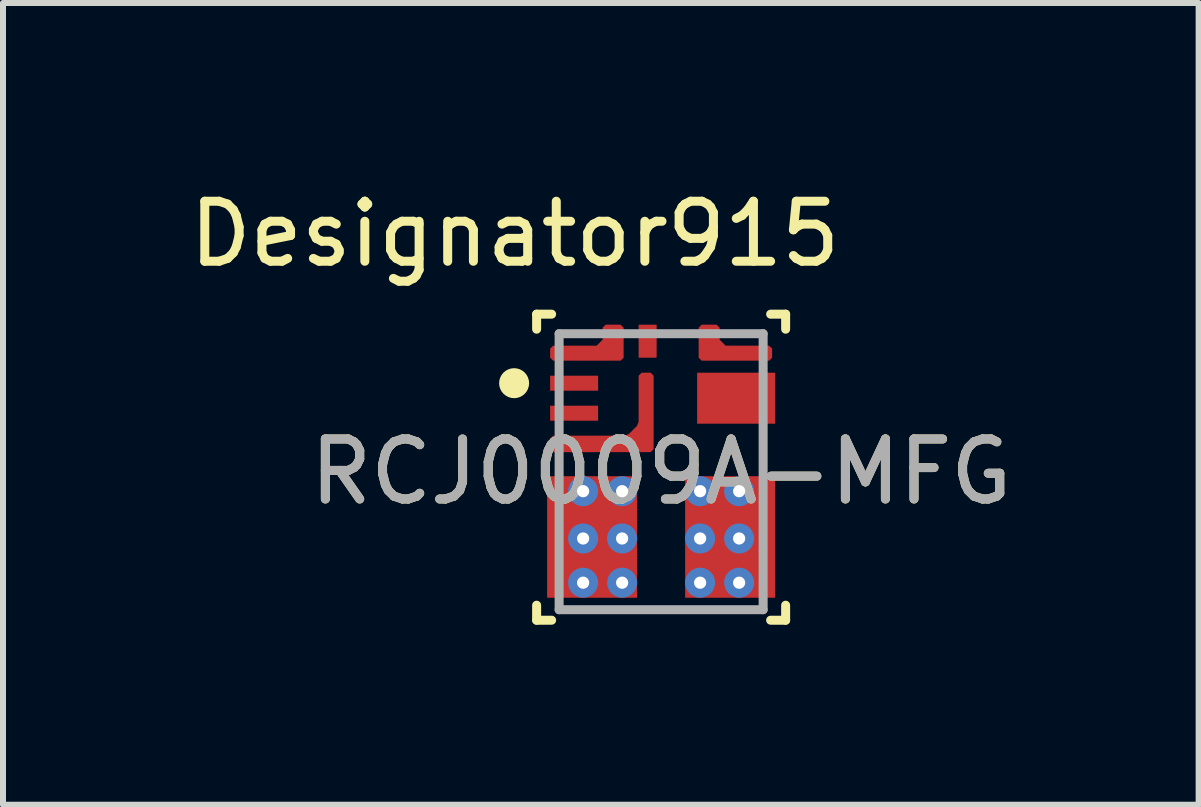
<source format=kicad_pcb>
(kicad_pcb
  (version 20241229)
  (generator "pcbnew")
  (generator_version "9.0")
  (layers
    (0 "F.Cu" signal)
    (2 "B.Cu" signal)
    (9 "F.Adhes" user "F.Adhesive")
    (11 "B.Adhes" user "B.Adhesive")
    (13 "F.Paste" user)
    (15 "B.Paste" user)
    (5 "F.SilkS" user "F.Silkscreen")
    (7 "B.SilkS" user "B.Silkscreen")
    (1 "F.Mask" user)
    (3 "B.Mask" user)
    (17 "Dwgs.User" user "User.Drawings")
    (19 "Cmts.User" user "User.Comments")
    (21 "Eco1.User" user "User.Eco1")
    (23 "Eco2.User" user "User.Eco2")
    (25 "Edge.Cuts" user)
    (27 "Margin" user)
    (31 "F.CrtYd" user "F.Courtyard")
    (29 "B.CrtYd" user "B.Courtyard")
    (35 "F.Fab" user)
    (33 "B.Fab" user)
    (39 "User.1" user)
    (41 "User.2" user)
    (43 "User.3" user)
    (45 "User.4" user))
  (footprint "RCJ0009A-MFG"
    (layer "F.Cu")
    (at 7.968 4.811)
    (property "Reference" "RCJ0009A-MFG" (at 0 0 0) (unlocked yes) (layer "F.SilkS") (effects (font (size 1 1) (thickness 0.15))))
    (attr through_hole)
    (fp_poly (pts (xy -1.8 -1.85) (xy -1.85 -1.9) (xy -1.85 -2.05) (xy -1.8 -2.1) (xy -1.075 -2.1) (xy -0.975 -2.2) (xy -0.975 -2.4) (xy -0.925 -2.45) (xy -0.675 -2.45) (xy -0.625 -2.4) (xy -0.625 -1.9) (xy -0.675 -1.85)) (stroke (width 0) (type solid)) (fill yes) (layer "F.Cu"))
    (fp_poly (pts (xy 1.8 -1.85) (xy 1.85 -1.9) (xy 1.85 -2.05) (xy 1.8 -2.1) (xy 1.075 -2.1) (xy 0.975 -2.2) (xy 0.975 -2.4) (xy 0.925 -2.45) (xy 0.675 -2.45) (xy 0.625 -2.4) (xy 0.625 -1.9) (xy 0.675 -1.85)) (stroke (width 0) (type solid)) (fill yes) (layer "F.Cu"))
    (fp_poly (pts (xy -1.8 -0.325) (xy -1.85 -0.375) (xy -1.85 -0.55) (xy -1.8 -0.6) (xy -0.606 -0.6) (xy -0.536 -0.63) (xy -0.404 -0.761) (xy -0.375 -0.832) (xy -0.375 -1.6) (xy -0.325 -1.65) (xy -0.175 -1.65) (xy -0.125 -1.6) (xy -0.125 -0.376) (xy -0.175 -0.326)) (stroke (width 0) (type solid)) (fill yes) (layer "F.Cu"))
    (fp_poly (pts (xy -1.9 -1.55) (xy -1.8 -1.65) (xy -1.1 -1.65) (xy -1 -1.55) (xy -1 -1.4) (xy -1.1 -1.3) (xy -1.8 -1.3) (xy -1.9 -1.4)) (stroke (width 0) (type solid)) (fill yes) (layer "F.Mask"))
    (fp_poly (pts (xy -1 -0.9) (xy -1.1 -0.8) (xy -1.8 -0.8) (xy -1.9 -0.9) (xy -1.9 -1.05) (xy -1.8 -1.15) (xy -1.1 -1.15) (xy -1 -1.05)) (stroke (width 0) (type solid)) (fill yes) (layer "F.Mask"))
    (fp_poly (pts (xy -0.325 -2.5) (xy -0.125 -2.5) (xy -0.025 -2.4) (xy -0.025 -1.95) (xy -0.125 -1.85) (xy -0.325 -1.85) (xy -0.425 -1.95) (xy -0.425 -2.4)) (stroke (width 0) (type solid)) (fill yes) (layer "F.Mask"))
    (fp_poly (pts (xy -1.8 -1.8) (xy -1.9 -1.9) (xy -1.9 -2.05) (xy -1.8 -2.15) (xy -1.075 -2.15) (xy -1.025 -2.2) (xy -1.025 -2.4) (xy -0.925 -2.5) (xy -0.675 -2.5) (xy -0.575 -2.4) (xy -0.575 -1.9) (xy -0.675 -1.8)) (stroke (width 0) (type solid)) (fill yes) (layer "F.Mask"))
    (fp_poly (pts (xy 1.8 -1.8) (xy 1.9 -1.9) (xy 1.9 -2.05) (xy 1.8 -2.15) (xy 1.075 -2.15) (xy 1.025 -2.2) (xy 1.025 -2.4) (xy 0.925 -2.5) (xy 0.675 -2.5) (xy 0.575 -2.4) (xy 0.575 -1.9) (xy 0.675 -1.8)) (stroke (width 0) (type solid)) (fill yes) (layer "F.Mask"))
    (fp_poly (pts (xy -1.8 -0.275) (xy -1.9 -0.375) (xy -1.9 -0.55) (xy -1.8 -0.65) (xy -0.606 -0.65) (xy -0.571 -0.665) (xy -0.44 -0.797) (xy -0.425 -0.832) (xy -0.425 -1.6) (xy -0.325 -1.7) (xy -0.175 -1.7) (xy -0.075 -1.6) (xy -0.075 -0.376) (xy -0.175 -0.276)) (stroke (width 0) (type solid)) (fill yes) (layer "F.Mask"))
    (fp_poly (pts (xy 0.7 -0.85) (xy 0.65 -0.9) (xy 0.65 -1.55) (xy 0.7 -1.6) (xy 1.8 -1.6) (xy 1.85 -1.55) (xy 1.85 -1.4) (xy 1.8 -1.35) (xy 1.5 -1.35) (xy 1.45 -1.3) (xy 1.45 -1.15) (xy 1.5 -1.1) (xy 1.8 -1.1) (xy 1.85 -1.05) (xy 1.85 -0.9) (xy 1.8 -0.85)) (stroke (width 0) (type solid)) (fill yes) (layer "F.Mask"))
    (fp_poly (pts (xy -1.45 0.175) (xy -1.4 0.125) (xy -0.5 0.125) (xy -0.45 0.175) (xy -0.45 2) (xy -0.5 2.05) (xy -1.4 2.05) (xy -1.45 2) (xy -1.45 1.84) (xy -1.5 1.79) (xy -1.8 1.79) (xy -1.85 1.74) (xy -1.85 1.59) (xy -1.8 1.54) (xy -1.5 1.54) (xy -1.45 1.49) (xy -1.45 1.34) (xy -1.5 1.29) (xy -1.8 1.29) (xy -1.85 1.24) (xy -1.85 1.09) (xy -1.8 1.04) (xy -1.5 1.04) (xy -1.45 0.99) (xy -1.45 0.84) (xy -1.5 0.79) (xy -1.8 0.79) (xy -1.85 0.74) (xy -1.85 0.59) (xy -1.8 0.54) (xy -1.5 0.54) (xy -1.45 0.49)) (stroke (width 0) (type solid)) (fill yes) (layer "F.Mask"))
    (fp_poly (pts (xy 1.45 0.175) (xy 1.4 0.125) (xy 0.5 0.125) (xy 0.45 0.175) (xy 0.45 2) (xy 0.5 2.05) (xy 1.4 2.05) (xy 1.45 2) (xy 1.45 1.84) (xy 1.5 1.79) (xy 1.8 1.79) (xy 1.85 1.74) (xy 1.85 1.59) (xy 1.8 1.54) (xy 1.5 1.54) (xy 1.45 1.49) (xy 1.45 1.34) (xy 1.5 1.29) (xy 1.8 1.29) (xy 1.85 1.24) (xy 1.85 1.09) (xy 1.8 1.04) (xy 1.5 1.04) (xy 1.45 0.99) (xy 1.45 0.84) (xy 1.5 0.79) (xy 1.8 0.79) (xy 1.85 0.74) (xy 1.85 0.59) (xy 1.8 0.54) (xy 1.5 0.54) (xy 1.45 0.49)) (stroke (width 0) (type solid)) (fill yes) (layer "F.Mask"))
    (fp_line (start -2.075 -2.625) (end -1.825 -2.625) (stroke (width 0.15) (type solid)) (layer "F.SilkS"))
    (fp_line (start -2.075 -2.375) (end -2.075 -2.625) (stroke (width 0.15) (type solid)) (layer "F.SilkS"))
    (fp_line (start -2.075 2.475) (end -2.075 2.225) (stroke (width 0.15) (type solid)) (layer "F.SilkS"))
    (fp_line (start -2.075 2.475) (end -1.825 2.475) (stroke (width 0.15) (type solid)) (layer "F.SilkS"))
    (fp_line (start 1.825 -2.625) (end 2.075 -2.625) (stroke (width 0.15) (type solid)) (layer "F.SilkS"))
    (fp_line (start 1.825 2.475) (end 2.075 2.475) (stroke (width 0.15) (type solid)) (layer "F.SilkS"))
    (fp_line (start 2.075 -2.375) (end 2.075 -2.625) (stroke (width 0.15) (type solid)) (layer "F.SilkS"))
    (fp_line (start 2.075 2.475) (end 2.075 2.225) (stroke (width 0.15) (type solid)) (layer "F.SilkS"))
    (fp_circle (center -2.45 -1.475) (end -2.325 -1.475) (stroke (width 0.25) (type solid)) (fill no) (layer "F.SilkS"))
    (fp_poly (pts (xy -1.85 1.59) (xy -1.8 1.54) (xy -1.45 1.54) (xy -1.4 1.59) (xy -1.4 1.74) (xy -1.45 1.79) (xy -1.8 1.79) (xy -1.85 1.74)) (stroke (width 0) (type solid)) (fill yes) (layer "F.Paste"))
    (fp_poly (pts (xy -1.8 -0.326) (xy -1.85 -0.376) (xy -1.85 -0.55) (xy -1.8 -0.6) (xy -0.625 -0.6) (xy -0.576 -0.55) (xy -0.576 -0.376) (xy -0.625 -0.326)) (stroke (width 0) (type solid)) (fill yes) (layer "F.Paste"))
    (fp_poly (pts (xy -1.8 1.29) (xy -1.85 1.24) (xy -1.85 1.09) (xy -1.8 1.04) (xy -1.45 1.04) (xy -1.4 1.09) (xy -1.4 1.24) (xy -1.45 1.29)) (stroke (width 0) (type solid)) (fill yes) (layer "F.Paste"))
    (fp_poly (pts (xy -1.4 0.74) (xy -1.45 0.79) (xy -1.8 0.79) (xy -1.85 0.74) (xy -1.85 0.59) (xy -1.8 0.54) (xy -1.45 0.54) (xy -1.4 0.59)) (stroke (width 0) (type solid)) (fill yes) (layer "F.Paste"))
    (fp_poly (pts (xy -1.151 0.153) (xy -0.526 0.153) (xy -0.476 0.203) (xy -0.476 1.973) (xy -0.526 2.023) (xy -1.151 2.023) (xy -1.201 1.973) (xy -1.201 0.203)) (stroke (width 0) (type solid)) (fill yes) (layer "F.Paste"))
    (fp_poly (pts (xy -0.125 -1.601) (xy -0.125 -0.375) (xy -0.175 -0.325) (xy -0.325 -0.325) (xy -0.375 -0.375) (xy -0.375 -1.601) (xy -0.325 -1.651) (xy -0.175 -1.651)) (stroke (width 0) (type solid)) (fill yes) (layer "F.Paste"))
    (fp_poly (pts (xy 0.526 0.153) (xy 1.151 0.153) (xy 1.201 0.203) (xy 1.201 1.973) (xy 1.151 2.023) (xy 0.526 2.023) (xy 0.476 1.973) (xy 0.476 0.203)) (stroke (width 0) (type solid)) (fill yes) (layer "F.Paste"))
    (fp_poly (pts (xy 1.4 0.59) (xy 1.45 0.54) (xy 1.8 0.54) (xy 1.85 0.59) (xy 1.85 0.74) (xy 1.8 0.79) (xy 1.45 0.79) (xy 1.4 0.74)) (stroke (width 0) (type solid)) (fill yes) (layer "F.Paste"))
    (fp_poly (pts (xy 1.45 1.54) (xy 1.8 1.54) (xy 1.85 1.59) (xy 1.85 1.74) (xy 1.8 1.79) (xy 1.45 1.79) (xy 1.4 1.74) (xy 1.4 1.59)) (stroke (width 0) (type solid)) (fill yes) (layer "F.Paste"))
    (fp_poly (pts (xy 1.8 1.29) (xy 1.45 1.29) (xy 1.4 1.24) (xy 1.4 1.09) (xy 1.45 1.04) (xy 1.8 1.04) (xy 1.85 1.09) (xy 1.85 1.24)) (stroke (width 0) (type solid)) (fill yes) (layer "F.Paste"))
    (fp_poly (pts (xy -1.8 -1.85) (xy -1.85 -1.9) (xy -1.85 -2.05) (xy -1.8 -2.1) (xy -1.075 -2.1) (xy -0.975 -2.2) (xy -0.975 -2.4) (xy -0.925 -2.45) (xy -0.675 -2.45) (xy -0.625 -2.4) (xy -0.625 -1.9) (xy -0.675 -1.85)) (stroke (width 0) (type solid)) (fill yes) (layer "F.Paste"))
    (fp_poly (pts (xy 1.8 -1.85) (xy 1.85 -1.9) (xy 1.85 -2.05) (xy 1.8 -2.1) (xy 1.075 -2.1) (xy 0.975 -2.2) (xy 0.975 -2.4) (xy 0.925 -2.45) (xy 0.675 -2.45) (xy 0.625 -2.4) (xy 0.625 -1.9) (xy 0.675 -1.85)) (stroke (width 0) (type solid)) (fill yes) (layer "F.Paste"))
    (fp_poly (pts (xy 0.7 -0.85) (xy 0.65 -0.9) (xy 0.65 -1.55) (xy 0.7 -1.6) (xy 1.8 -1.6) (xy 1.85 -1.55) (xy 1.85 -1.4) (xy 1.8 -1.35) (xy 1.5 -1.35) (xy 1.45 -1.3) (xy 1.45 -1.15) (xy 1.5 -1.1) (xy 1.8 -1.1) (xy 1.85 -1.05) (xy 1.85 -0.9) (xy 1.8 -0.85)) (stroke (width 0) (type solid)) (fill yes) (layer "F.Paste"))
    (fp_line (start -1.7 -2.3) (end 1.7 -2.3) (stroke (width 0.15) (type solid)) (layer "F.Fab"))
    (fp_line (start -1.7 2.3) (end -1.7 -2.3) (stroke (width 0.15) (type solid)) (layer "F.Fab"))
    (fp_line (start -1.7 2.3) (end 1.7 2.3) (stroke (width 0.15) (type solid)) (layer "F.Fab"))
    (fp_line (start 1.7 2.3) (end 1.7 -2.3) (stroke (width 0.15) (type solid)) (layer "F.Fab"))
    (fp_text user "Designator915" (at -2.438 -3.962 0) (unlocked yes) (layer "F.SilkS") (effects (font (size 1 1) (thickness 0.15))))
    (fp_text user "${REFERENCE}" (at 0 0 0) (unlocked yes) (layer "F.Fab") (effects (font (size 1 1) (thickness 0.15))))
    (pad "1" smd rect (at -1.45 -1.475) (size 0.8 0.25) (layers "F.Cu" "F.Paste"))
    (pad "2" smd rect (at -1.45 -0.975) (size 0.8 0.25) (layers "F.Cu" "F.Paste"))
    (pad "3" smd circle (at -0.319 -0.532) (size 0.348 0.348) (layers "F.Cu"))
    (pad "4" smd rect (at -1.15 1.088) (size 1.5 2.025) (layers "F.Cu"))
    (pad "5" smd rect (at 1.15 1.088) (size 1.5 2.025) (layers "F.Cu"))
    (pad "6" smd rect (at 1.25 -1.225) (size 1.3 0.85) (layers "F.Cu"))
    (pad "7" smd circle (at 0.812 -2.037) (size 0.337 0.337) (layers "F.Cu" "F.Paste"))
    (pad "8" smd rect (at -0.225 -2.175) (size 0.3 0.55) (layers "F.Cu" "F.Paste"))
    (pad "9" smd circle (at -0.8 -2.3) (size 0.27 0.27) (layers "F.Cu" "F.Paste"))
    (pad "10" thru_hole circle (at 0.65 1.85) (size 0.5 0.5) (drill 0.203) (layers "*.Cu" "*.Mask"))
    (pad "11" thru_hole circle (at 0.65 1.113) (size 0.5 0.5) (drill 0.203) (layers "*.Cu" "*.Mask"))
    (pad "12" thru_hole circle (at 0.65 0.325) (size 0.5 0.5) (drill 0.203) (layers "*.Cu" "*.Mask"))
    (pad "13" thru_hole circle (at 1.3 0.325) (size 0.5 0.5) (drill 0.203) (layers "*.Cu" "*.Mask"))
    (pad "14" thru_hole circle (at 1.3 1.113) (size 0.5 0.5) (drill 0.203) (layers "*.Cu" "*.Mask"))
    (pad "15" thru_hole circle (at 1.3 1.85) (size 0.5 0.5) (drill 0.203) (layers "*.Cu" "*.Mask"))
    (pad "16" thru_hole circle (at -0.65 1.85) (size 0.5 0.5) (drill 0.203) (layers "*.Cu" "*.Mask"))
    (pad "17" thru_hole circle (at -0.65 1.113) (size 0.5 0.5) (drill 0.203) (layers "*.Cu" "*.Mask"))
    (pad "18" thru_hole circle (at -0.65 0.325) (size 0.5 0.5) (drill 0.203) (layers "*.Cu" "*.Mask"))
    (pad "19" thru_hole circle (at -1.3 0.325) (size 0.5 0.5) (drill 0.203) (layers "*.Cu" "*.Mask"))
    (pad "20" thru_hole circle (at -1.3 1.113) (size 0.5 0.5) (drill 0.203) (layers "*.Cu" "*.Mask"))
    (pad "21" thru_hole circle (at -1.3 1.85) (size 0.5 0.5) (drill 0.203) (layers "*.Cu" "*.Mask")))
  (gr_rect
    (start -3 -3)
    (end 16.926 10.361)
    (stroke (width 0.1) (type default))
    (fill no)
    (layer "Edge.Cuts")))
</source>
